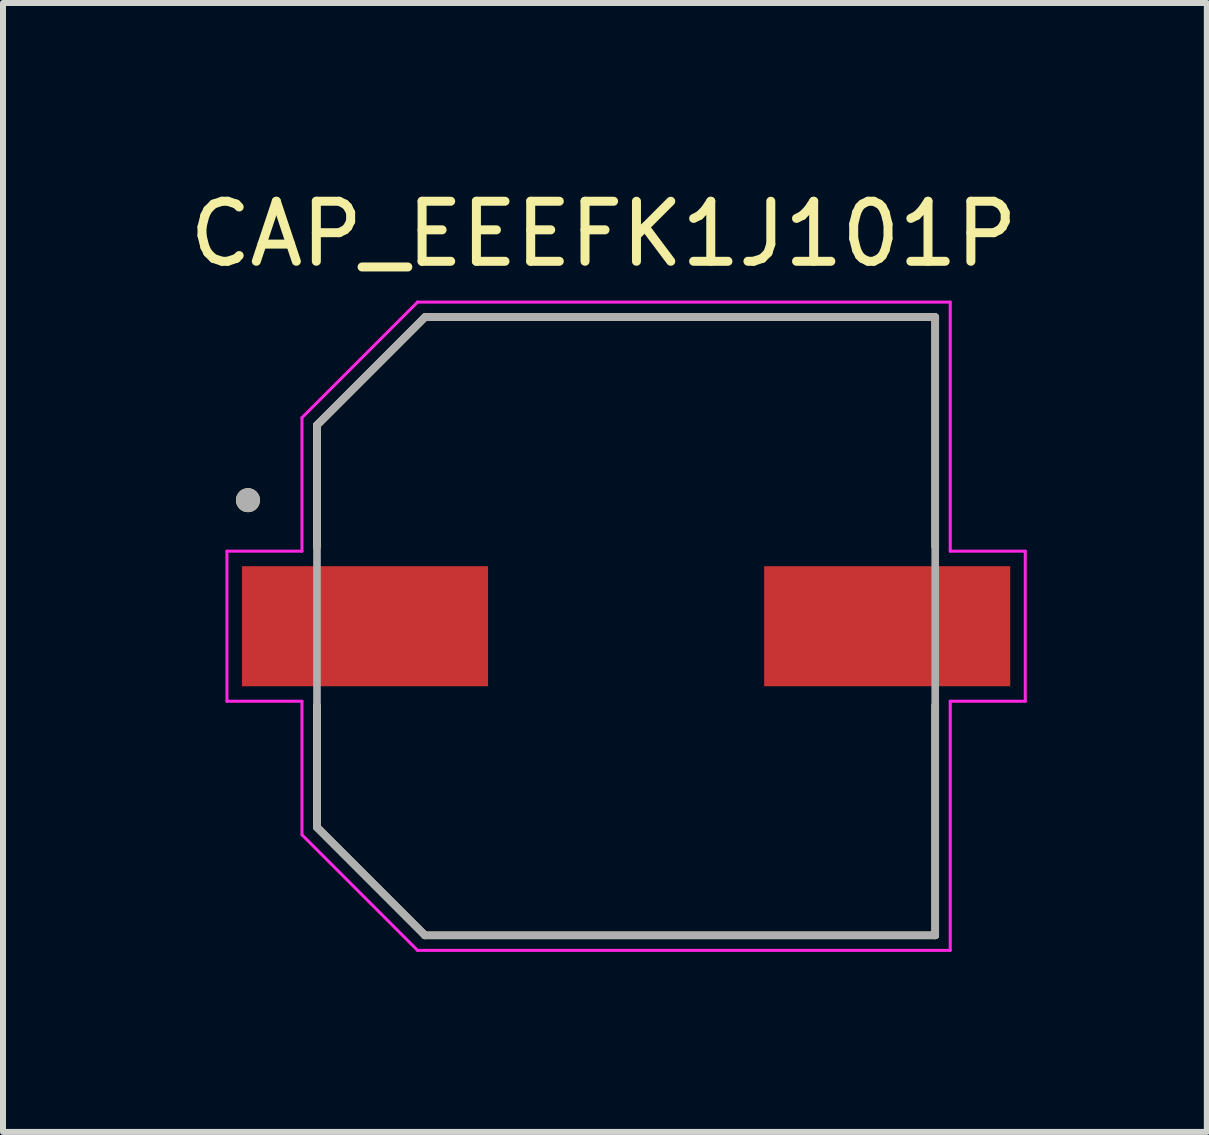
<source format=kicad_pcb>
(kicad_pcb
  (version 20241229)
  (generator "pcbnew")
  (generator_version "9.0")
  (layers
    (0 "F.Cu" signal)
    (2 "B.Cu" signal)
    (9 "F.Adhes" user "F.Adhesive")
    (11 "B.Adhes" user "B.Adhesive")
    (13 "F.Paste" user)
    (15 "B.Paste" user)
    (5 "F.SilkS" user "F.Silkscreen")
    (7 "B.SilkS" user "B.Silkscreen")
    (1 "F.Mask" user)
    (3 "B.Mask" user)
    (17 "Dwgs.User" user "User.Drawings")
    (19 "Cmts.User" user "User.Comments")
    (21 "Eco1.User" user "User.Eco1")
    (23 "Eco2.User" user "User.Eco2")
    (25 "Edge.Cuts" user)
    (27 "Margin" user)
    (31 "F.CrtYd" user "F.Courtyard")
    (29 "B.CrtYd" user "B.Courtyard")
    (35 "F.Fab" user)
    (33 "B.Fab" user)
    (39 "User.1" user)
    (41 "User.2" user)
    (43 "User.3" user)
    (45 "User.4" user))
  (footprint "CAP_EEEFK1J101P"
    (layer "F.Cu")
    (at 7.381 7.383)
    (property "Reference" "CAP_EEEFK1J101P" (at -0.375 -6.535 0) (layer "F.SilkS") (effects (font (size 1 1) (thickness 0.15))))
    (attr smd)
    (fp_line (start -5.15 -3.35) (end -5.15 -1.32) (stroke (width 0.127) (type solid)) (layer "F.SilkS"))
    (fp_line (start -5.15 1.32) (end -5.15 3.35) (stroke (width 0.127) (type solid)) (layer "F.SilkS"))
    (fp_line (start -5.15 3.35) (end -3.35 5.15) (stroke (width 0.127) (type solid)) (layer "F.SilkS"))
    (fp_line (start -3.35 -5.15) (end -5.15 -3.35) (stroke (width 0.127) (type solid)) (layer "F.SilkS"))
    (fp_line (start -3.35 5.15) (end 5.15 5.15) (stroke (width 0.127) (type solid)) (layer "F.SilkS"))
    (fp_line (start 5.15 -5.15) (end -3.35 -5.15) (stroke (width 0.127) (type solid)) (layer "F.SilkS"))
    (fp_line (start 5.15 -1.32) (end 5.15 -5.15) (stroke (width 0.127) (type solid)) (layer "F.SilkS"))
    (fp_line (start 5.15 5.15) (end 5.15 1.32) (stroke (width 0.127) (type solid)) (layer "F.SilkS"))
    (fp_circle (center -6.3 -2.1) (end -6.2 -2.1) (stroke (width 0.2) (type solid)) (fill no) (layer "F.SilkS"))
    (fp_line (start -6.65 -1.25) (end -5.4 -1.25) (stroke (width 0.05) (type solid)) (layer "F.CrtYd"))
    (fp_line (start -6.65 1.25) (end -6.65 -1.25) (stroke (width 0.05) (type solid)) (layer "F.CrtYd"))
    (fp_line (start -5.4 -3.475) (end -3.475 -5.4) (stroke (width 0.05) (type solid)) (layer "F.CrtYd"))
    (fp_line (start -5.4 -1.25) (end -5.4 -3.475) (stroke (width 0.05) (type solid)) (layer "F.CrtYd"))
    (fp_line (start -5.4 1.25) (end -6.65 1.25) (stroke (width 0.05) (type solid)) (layer "F.CrtYd"))
    (fp_line (start -5.4 3.475) (end -5.4 1.25) (stroke (width 0.05) (type solid)) (layer "F.CrtYd"))
    (fp_line (start -3.475 -5.4) (end 5.4 -5.4) (stroke (width 0.05) (type solid)) (layer "F.CrtYd"))
    (fp_line (start -3.475 5.4) (end -5.4 3.475) (stroke (width 0.05) (type solid)) (layer "F.CrtYd"))
    (fp_line (start 5.4 -5.4) (end 5.4 -1.25) (stroke (width 0.05) (type solid)) (layer "F.CrtYd"))
    (fp_line (start 5.4 -1.25) (end 6.65 -1.25) (stroke (width 0.05) (type solid)) (layer "F.CrtYd"))
    (fp_line (start 5.4 1.25) (end 5.4 5.4) (stroke (width 0.05) (type solid)) (layer "F.CrtYd"))
    (fp_line (start 5.4 5.4) (end -3.475 5.4) (stroke (width 0.05) (type solid)) (layer "F.CrtYd"))
    (fp_line (start 6.65 -1.25) (end 6.65 1.25) (stroke (width 0.05) (type solid)) (layer "F.CrtYd"))
    (fp_line (start 6.65 1.25) (end 5.4 1.25) (stroke (width 0.05) (type solid)) (layer "F.CrtYd"))
    (fp_line (start -5.15 -3.35) (end -5.15 3.35) (stroke (width 0.127) (type solid)) (layer "F.Fab"))
    (fp_line (start -5.15 3.35) (end -3.35 5.15) (stroke (width 0.127) (type solid)) (layer "F.Fab"))
    (fp_line (start -3.35 -5.15) (end -5.15 -3.35) (stroke (width 0.127) (type solid)) (layer "F.Fab"))
    (fp_line (start -3.35 5.15) (end 5.15 5.15) (stroke (width 0.127) (type solid)) (layer "F.Fab"))
    (fp_line (start 5.15 -5.15) (end -3.35 -5.15) (stroke (width 0.127) (type solid)) (layer "F.Fab"))
    (fp_line (start 5.15 5.15) (end 5.15 -5.15) (stroke (width 0.127) (type solid)) (layer "F.Fab"))
    (fp_circle (center -6.3 -2.1) (end -6.2 -2.1) (stroke (width 0.2) (type solid)) (fill no) (layer "F.Fab"))
    (pad "1" smd rect (at -4.35 0) (size 4.1 2) (layers "F.Cu" "F.Mask" "F.Paste"))
    (pad "2" smd rect (at 4.35 0) (size 4.1 2) (layers "F.Cu" "F.Mask" "F.Paste")))
  (gr_rect
    (start -3 -3)
    (end 17.056 15.808)
    (stroke (width 0.1) (type default))
    (fill no)
    (layer "Edge.Cuts")))
</source>
